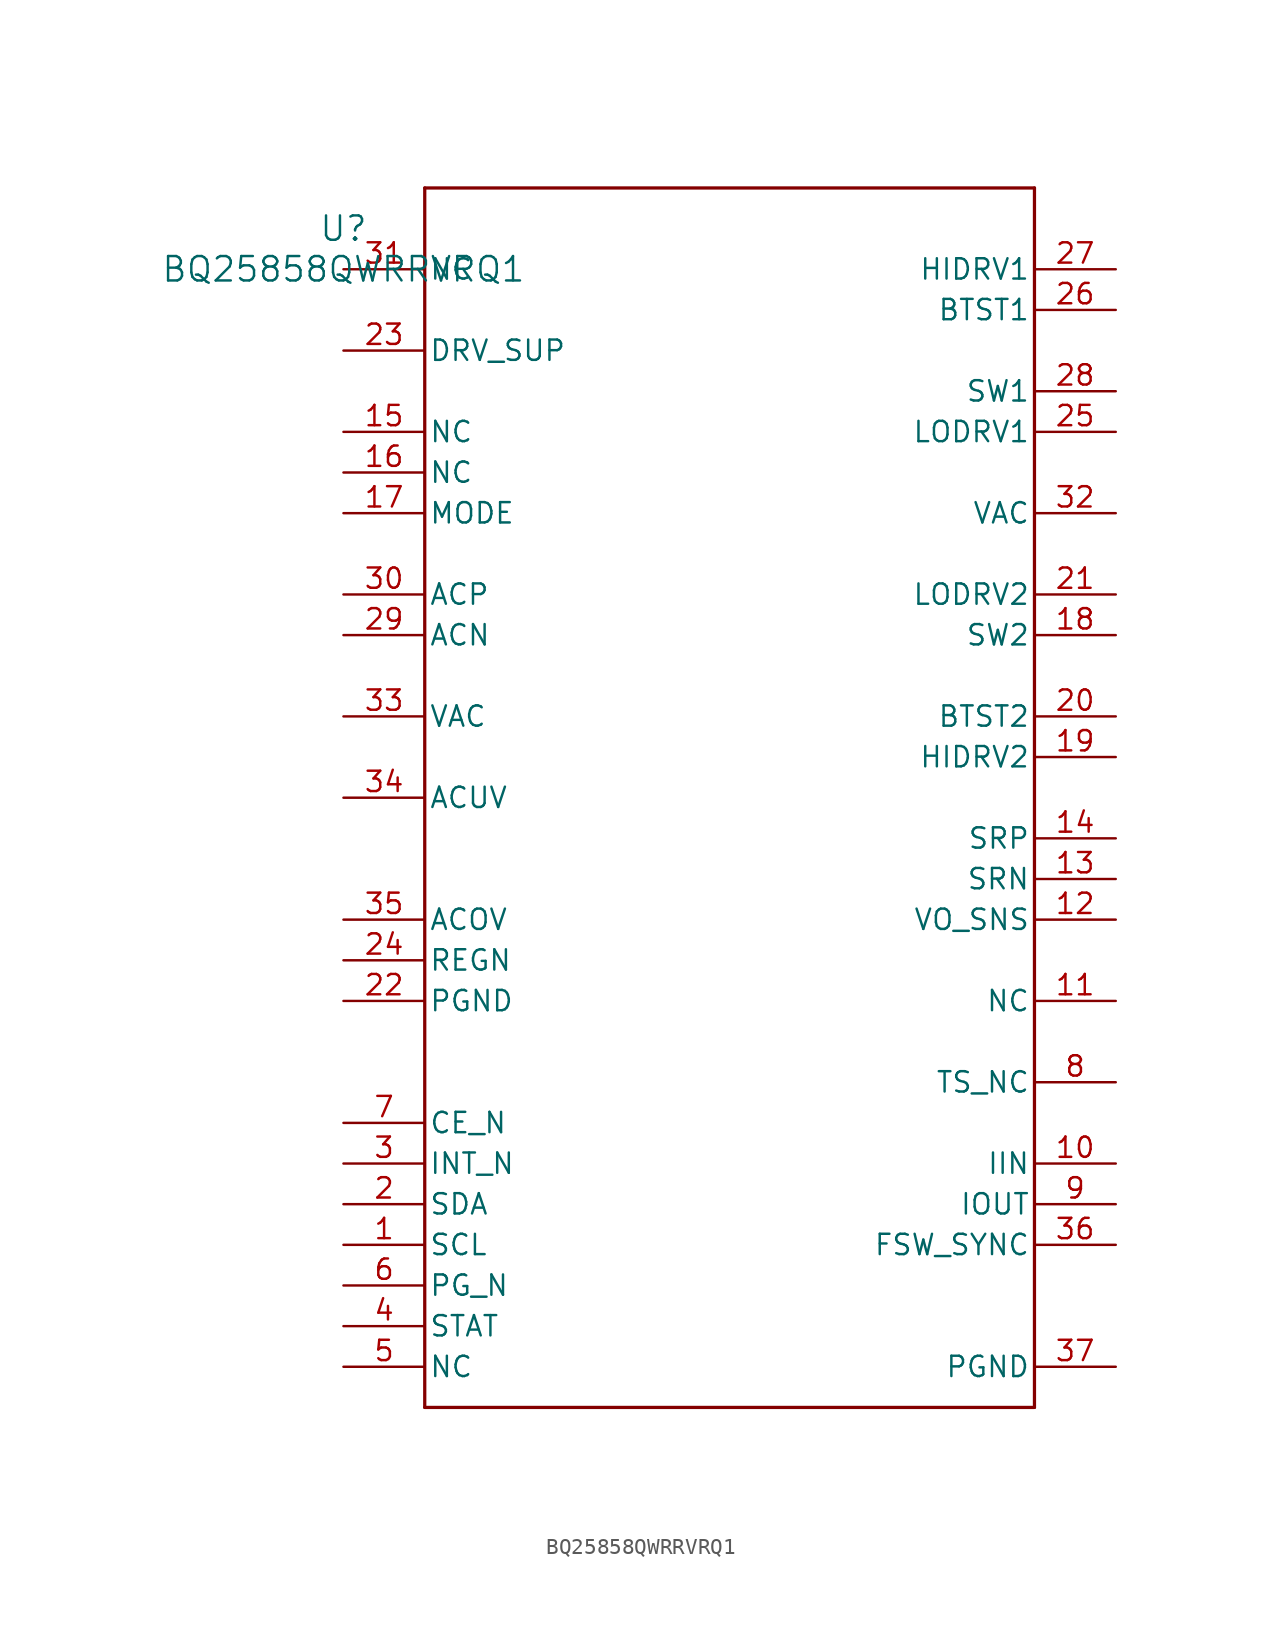
<source format=kicad_sym>
(kicad_symbol_lib
  (version 20211014)
  (generator kicad_symbol_editor)
  (symbol "BQ25858QWRRVRQ1"
    (pin_names
      (offset 0.254))
    (property "Reference" "U"
      (at 0 2.54 0)
      (effects (font (size 1.524 1.524))))
    (property "Value" "BQ25858QWRRVRQ1"
      (at 0 0 0)
      (effects (font (size 1.524 1.524))))
    (symbol "BQ25858QWRRVRQ1_0_1"
      (polyline (pts (xy 5.08 -71.12) (xy 43.18 -71.12)) (stroke (width 0.203) (type default) (color 0 0 0 0)) (fill (type none)))
      (polyline (pts (xy 43.18 -71.12) (xy 43.18 5.08)) (stroke (width 0.203) (type default) (color 0 0 0 0)) (fill (type none)))
      (polyline (pts (xy 43.18 5.08) (xy 5.08 5.08)) (stroke (width 0.203) (type default) (color 0 0 0 0)) (fill (type none)))
      (polyline (pts (xy 5.08 5.08) (xy 5.08 -71.12)) (stroke (width 0.203) (type default) (color 0 0 0 0)) (fill (type none)))
      (pin input line (at 0 -60.96 0) (length 5.08) (name "SCL" (effects (font (size 1.27 1.27)))) (number "1" (effects (font (size 1.27 1.27)))))
      (pin bidirectional line (at 0 -58.42 0) (length 5.08) (name "SDA" (effects (font (size 1.27 1.27)))) (number "2" (effects (font (size 1.27 1.27)))))
      (pin open_collector line (at 0 -55.88 0) (length 5.08) (name "INT_N" (effects (font (size 1.27 1.27)))) (number "3" (effects (font (size 1.27 1.27)))))
      (pin open_collector line (at 0 -66.04 0) (length 5.08) (name "STAT" (effects (font (size 1.27 1.27)))) (number "4" (effects (font (size 1.27 1.27)))))
      (pin unspecified line (at 0 -68.58 0) (length 5.08) (name "NC" (effects (font (size 1.27 1.27)))) (number "5" (effects (font (size 1.27 1.27)))))
      (pin open_collector line (at 0 -63.5 0) (length 5.08) (name "PG_N" (effects (font (size 1.27 1.27)))) (number "6" (effects (font (size 1.27 1.27)))))
      (pin input line (at 0 -53.34 0) (length 5.08) (name "CE_N" (effects (font (size 1.27 1.27)))) (number "7" (effects (font (size 1.27 1.27)))))
      (pin unspecified line (at 48.26 -50.8 180) (length 5.08) (name "TS_NC" (effects (font (size 1.27 1.27)))) (number "8" (effects (font (size 1.27 1.27)))))
      (pin unspecified line (at 48.26 -58.42 180) (length 5.08) (name "IOUT" (effects (font (size 1.27 1.27)))) (number "9" (effects (font (size 1.27 1.27)))))
      (pin unspecified line (at 48.26 -55.88 180) (length 5.08) (name "IIN" (effects (font (size 1.27 1.27)))) (number "10" (effects (font (size 1.27 1.27)))))
      (pin unspecified line (at 48.26 -45.72 180) (length 5.08) (name "NC" (effects (font (size 1.27 1.27)))) (number "11" (effects (font (size 1.27 1.27)))))
      (pin input line (at 48.26 -40.64 180) (length 5.08) (name "VO_SNS" (effects (font (size 1.27 1.27)))) (number "12" (effects (font (size 1.27 1.27)))))
      (pin unspecified line (at 48.26 -38.1 180) (length 5.08) (name "SRN" (effects (font (size 1.27 1.27)))) (number "13" (effects (font (size 1.27 1.27)))))
      (pin unspecified line (at 48.26 -35.56 180) (length 5.08) (name "SRP" (effects (font (size 1.27 1.27)))) (number "14" (effects (font (size 1.27 1.27)))))
      (pin unspecified line (at 0 -10.16 0) (length 5.08) (name "NC" (effects (font (size 1.27 1.27)))) (number "15" (effects (font (size 1.27 1.27)))))
      (pin unspecified line (at 0 -12.7 0) (length 5.08) (name "NC" (effects (font (size 1.27 1.27)))) (number "16" (effects (font (size 1.27 1.27)))))
      (pin unspecified line (at 0 -15.24 0) (length 5.08) (name "MODE" (effects (font (size 1.27 1.27)))) (number "17" (effects (font (size 1.27 1.27)))))
      (pin unspecified line (at 48.26 -22.86 180) (length 5.08) (name "SW2" (effects (font (size 1.27 1.27)))) (number "18" (effects (font (size 1.27 1.27)))))
      (pin unspecified line (at 48.26 -30.48 180) (length 5.08) (name "HIDRV2" (effects (font (size 1.27 1.27)))) (number "19" (effects (font (size 1.27 1.27)))))
      (pin power_in line (at 48.26 -27.94 180) (length 5.08) (name "BTST2" (effects (font (size 1.27 1.27)))) (number "20" (effects (font (size 1.27 1.27)))))
      (pin unspecified line (at 48.26 -20.32 180) (length 5.08) (name "LODRV2" (effects (font (size 1.27 1.27)))) (number "21" (effects (font (size 1.27 1.27)))))
      (pin power_in line (at 0 -45.72 0) (length 5.08) (name "PGND" (effects (font (size 1.27 1.27)))) (number "22" (effects (font (size 1.27 1.27)))))
      (pin power_in line (at 0 -5.08 0) (length 5.08) (name "DRV_SUP" (effects (font (size 1.27 1.27)))) (number "23" (effects (font (size 1.27 1.27)))))
      (pin power_in line (at 0 -43.18 0) (length 5.08) (name "REGN" (effects (font (size 1.27 1.27)))) (number "24" (effects (font (size 1.27 1.27)))))
      (pin unspecified line (at 48.26 -10.16 180) (length 5.08) (name "LODRV1" (effects (font (size 1.27 1.27)))) (number "25" (effects (font (size 1.27 1.27)))))
      (pin power_in line (at 48.26 -2.54 180) (length 5.08) (name "BTST1" (effects (font (size 1.27 1.27)))) (number "26" (effects (font (size 1.27 1.27)))))
      (pin unspecified line (at 48.26 0 180) (length 5.08) (name "HIDRV1" (effects (font (size 1.27 1.27)))) (number "27" (effects (font (size 1.27 1.27)))))
      (pin unspecified line (at 48.26 -7.62 180) (length 5.08) (name "SW1" (effects (font (size 1.27 1.27)))) (number "28" (effects (font (size 1.27 1.27)))))
      (pin unspecified line (at 0 -22.86 0) (length 5.08) (name "ACN" (effects (font (size 1.27 1.27)))) (number "29" (effects (font (size 1.27 1.27)))))
      (pin unspecified line (at 0 -20.32 0) (length 5.08) (name "ACP" (effects (font (size 1.27 1.27)))) (number "30" (effects (font (size 1.27 1.27)))))
      (pin unspecified line (at 0 0 0) (length 5.08) (name "NC" (effects (font (size 1.27 1.27)))) (number "31" (effects (font (size 1.27 1.27)))))
      (pin power_in line (at 48.26 -15.24 180) (length 5.08) (name "VAC" (effects (font (size 1.27 1.27)))) (number "32" (effects (font (size 1.27 1.27)))))
      (pin power_in line (at 0 -27.94 0) (length 5.08) (name "VAC" (effects (font (size 1.27 1.27)))) (number "33" (effects (font (size 1.27 1.27)))))
      (pin unspecified line (at 0 -33.02 0) (length 5.08) (name "ACUV" (effects (font (size 1.27 1.27)))) (number "34" (effects (font (size 1.27 1.27)))))
      (pin unspecified line (at 0 -40.64 0) (length 5.08) (name "ACOV" (effects (font (size 1.27 1.27)))) (number "35" (effects (font (size 1.27 1.27)))))
      (pin input line (at 48.26 -60.96 180) (length 5.08) (name "FSW_SYNC" (effects (font (size 1.27 1.27)))) (number "36" (effects (font (size 1.27 1.27)))))
      (pin power_in line (at 48.26 -68.58 180) (length 5.08) (name "PGND" (effects (font (size 1.27 1.27)))) (number "37" (effects (font (size 1.27 1.27))))))))
</source>
